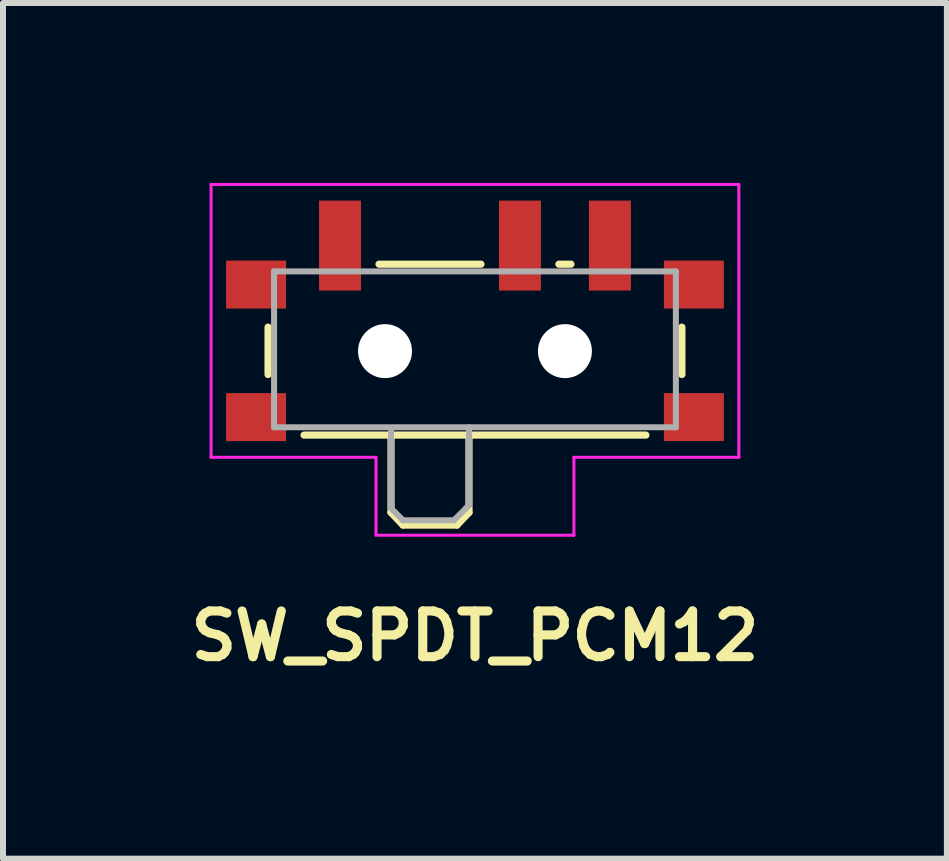
<source format=kicad_pcb>
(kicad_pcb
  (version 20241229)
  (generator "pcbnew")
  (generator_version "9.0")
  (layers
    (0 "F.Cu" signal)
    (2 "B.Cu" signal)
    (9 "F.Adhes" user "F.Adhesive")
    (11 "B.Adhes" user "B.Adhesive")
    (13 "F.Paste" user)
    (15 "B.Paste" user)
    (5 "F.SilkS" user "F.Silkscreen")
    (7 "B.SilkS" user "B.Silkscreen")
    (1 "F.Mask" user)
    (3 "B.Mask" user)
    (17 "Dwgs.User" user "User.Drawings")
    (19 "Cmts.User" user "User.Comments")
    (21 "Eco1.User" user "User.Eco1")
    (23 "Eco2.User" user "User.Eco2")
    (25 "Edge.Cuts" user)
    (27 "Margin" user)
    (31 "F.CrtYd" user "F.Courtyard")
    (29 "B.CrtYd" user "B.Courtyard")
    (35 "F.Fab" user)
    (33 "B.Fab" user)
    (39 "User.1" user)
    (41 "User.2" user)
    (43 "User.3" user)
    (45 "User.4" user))
  (footprint "SW_SPDT_PCM12"
    (layer "F.Cu")
    (at 4.87 2.475)
    (property "Reference" "SW_SPDT_PCM12" (at 0 5.08 0) (layer "F.SilkS") (effects (font (size 0.762 0.762) (thickness 0.152))))
    (attr smd)
    (fp_line (start -3.45 -0.07) (end -3.45 0.72) (stroke (width 0.12) (type solid)) (layer "F.SilkS"))
    (fp_line (start -2.85 1.73) (end 2.85 1.73) (stroke (width 0.12) (type solid)) (layer "F.SilkS"))
    (fp_line (start -1.6 -1.12) (end 0.1 -1.12) (stroke (width 0.12) (type solid)) (layer "F.SilkS"))
    (fp_line (start -1.4 1.73) (end -1.4 3.02) (stroke (width 0.12) (type solid)) (layer "F.SilkS"))
    (fp_line (start -1.4 3.02) (end -1.2 3.23) (stroke (width 0.12) (type solid)) (layer "F.SilkS"))
    (fp_line (start -1.2 3.23) (end -0.3 3.23) (stroke (width 0.12) (type solid)) (layer "F.SilkS"))
    (fp_line (start -0.1 3.02) (end -0.3 3.23) (stroke (width 0.12) (type solid)) (layer "F.SilkS"))
    (fp_line (start -0.1 3.02) (end -0.1 1.73) (stroke (width 0.12) (type solid)) (layer "F.SilkS"))
    (fp_line (start 1.4 -1.12) (end 1.6 -1.12) (stroke (width 0.12) (type solid)) (layer "F.SilkS"))
    (fp_line (start 3.45 0.72) (end 3.45 -0.07) (stroke (width 0.12) (type solid)) (layer "F.SilkS"))
    (fp_line (start -4.4 -2.45) (end 4.4 -2.45) (stroke (width 0.05) (type solid)) (layer "F.CrtYd"))
    (fp_line (start -4.4 2.1) (end -4.4 -2.45) (stroke (width 0.05) (type solid)) (layer "F.CrtYd"))
    (fp_line (start -1.65 2.1) (end -4.4 2.1) (stroke (width 0.05) (type solid)) (layer "F.CrtYd"))
    (fp_line (start -1.65 3.4) (end -1.65 2.1) (stroke (width 0.05) (type solid)) (layer "F.CrtYd"))
    (fp_line (start 1.65 2.1) (end 1.65 3.4) (stroke (width 0.05) (type solid)) (layer "F.CrtYd"))
    (fp_line (start 1.65 3.4) (end -1.65 3.4) (stroke (width 0.05) (type solid)) (layer "F.CrtYd"))
    (fp_line (start 4.4 -2.45) (end 4.4 2.1) (stroke (width 0.05) (type solid)) (layer "F.CrtYd"))
    (fp_line (start 4.4 2.1) (end 1.65 2.1) (stroke (width 0.05) (type solid)) (layer "F.CrtYd"))
    (fp_line (start -3.35 -1) (end -3.35 1.6) (stroke (width 0.1) (type solid)) (layer "F.Fab"))
    (fp_line (start -3.35 1.6) (end 3.35 1.6) (stroke (width 0.1) (type solid)) (layer "F.Fab"))
    (fp_line (start -1.4 1.65) (end -1.4 2.95) (stroke (width 0.1) (type solid)) (layer "F.Fab"))
    (fp_line (start -1.4 2.95) (end -1.2 3.15) (stroke (width 0.1) (type solid)) (layer "F.Fab"))
    (fp_line (start -1.2 3.15) (end -0.35 3.15) (stroke (width 0.1) (type solid)) (layer "F.Fab"))
    (fp_line (start -0.35 3.15) (end -0.15 2.95) (stroke (width 0.1) (type solid)) (layer "F.Fab"))
    (fp_line (start -0.15 2.95) (end -0.1 2.9) (stroke (width 0.1) (type solid)) (layer "F.Fab"))
    (fp_line (start -0.1 2.9) (end -0.1 1.6) (stroke (width 0.1) (type solid)) (layer "F.Fab"))
    (fp_line (start 3.35 -1) (end -3.35 -1) (stroke (width 0.1) (type solid)) (layer "F.Fab"))
    (fp_line (start 3.35 1.6) (end 3.35 -1) (stroke (width 0.1) (type solid)) (layer "F.Fab"))
    (pad "" smd rect (at -3.65 -0.78) (size 1 0.8) (layers "F.Cu" "F.Mask" "F.Paste"))
    (pad "" smd rect (at -3.65 1.43) (size 1 0.8) (layers "F.Cu" "F.Mask" "F.Paste"))
    (pad "" np_thru_hole circle (at -1.5 0.33) (size 0.9 0.9) (drill 0.9) (layers "*.Cu" "*.Mask"))
    (pad "" np_thru_hole circle (at 1.5 0.33) (size 0.9 0.9) (drill 0.9) (layers "*.Cu" "*.Mask"))
    (pad "" smd rect (at 3.65 -0.78) (size 1 0.8) (layers "F.Cu" "F.Mask" "F.Paste"))
    (pad "" smd rect (at 3.65 1.43) (size 1 0.8) (layers "F.Cu" "F.Mask" "F.Paste"))
    (pad "1" smd rect (at -2.25 -1.43) (size 0.7 1.5) (layers "F.Cu" "F.Mask" "F.Paste"))
    (pad "2" smd rect (at 0.75 -1.43) (size 0.7 1.5) (layers "F.Cu" "F.Mask" "F.Paste"))
    (pad "3" smd rect (at 2.25 -1.43) (size 0.7 1.5) (layers "F.Cu" "F.Mask" "F.Paste")))
  (gr_rect
    (start -3 -3)
    (end 12.739 11.268)
    (stroke (width 0.1) (type default))
    (fill no)
    (layer "Edge.Cuts")))
</source>
